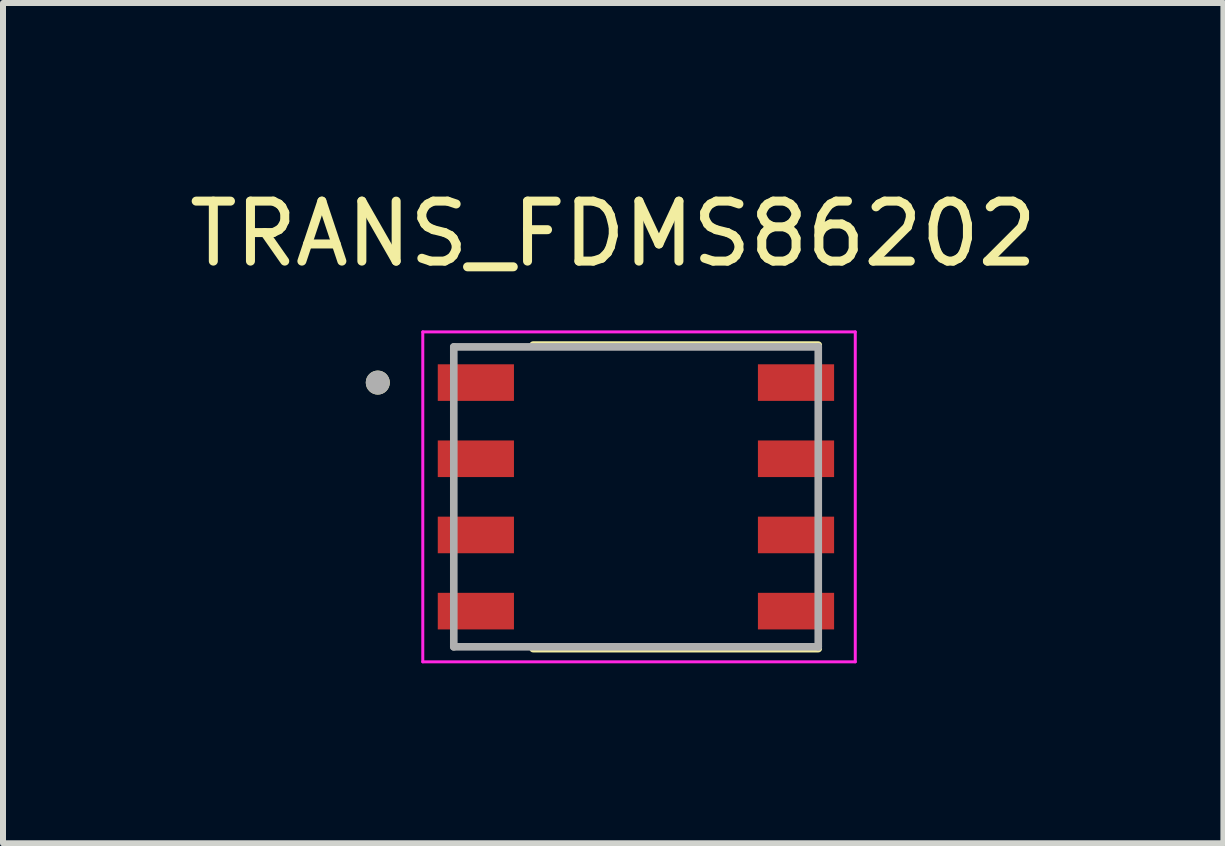
<source format=kicad_pcb>
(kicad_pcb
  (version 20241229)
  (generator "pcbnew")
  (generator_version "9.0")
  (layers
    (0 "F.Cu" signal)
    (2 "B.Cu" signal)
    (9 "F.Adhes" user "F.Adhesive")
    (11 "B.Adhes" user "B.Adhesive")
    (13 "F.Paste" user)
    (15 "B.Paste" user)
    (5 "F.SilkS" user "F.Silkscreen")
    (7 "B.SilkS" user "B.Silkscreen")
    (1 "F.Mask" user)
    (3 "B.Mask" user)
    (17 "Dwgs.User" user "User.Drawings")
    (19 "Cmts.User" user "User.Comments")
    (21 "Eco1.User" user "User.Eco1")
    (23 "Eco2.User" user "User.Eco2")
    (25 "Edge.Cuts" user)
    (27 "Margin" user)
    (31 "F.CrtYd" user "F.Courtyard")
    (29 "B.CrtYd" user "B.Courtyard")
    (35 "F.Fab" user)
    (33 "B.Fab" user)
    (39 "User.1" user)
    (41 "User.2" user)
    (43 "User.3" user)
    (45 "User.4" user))
  (footprint "TRANS_FDMS86202"
    (layer "F.Cu")
    (at 7.553 5.233)
    (property "Reference" "TRANS_FDMS86202" (at -0.38 -4.385 0) (layer "F.SilkS") (effects (font (size 1 1) (thickness 0.15))))
    (attr smd)
    (fp_line (start -1.715 2.53) (end 3.038 2.53) (stroke (width 0.127) (type solid)) (layer "F.SilkS"))
    (fp_line (start 3.038 -2.53) (end -1.715 -2.53) (stroke (width 0.127) (type solid)) (layer "F.SilkS"))
    (fp_circle (center -4.305 -1.905) (end -4.205 -1.905) (stroke (width 0.2) (type solid)) (fill no) (layer "F.SilkS"))
    (fp_poly (pts (xy -1.095 -1.825) (xy 0.145 -1.825) (xy 0.145 -0.195) (xy -1.095 -0.195)) (stroke (width 0.01) (type solid)) (fill yes) (layer "F.Paste"))
    (fp_poly (pts (xy -1.095 0.195) (xy 0.145 0.195) (xy 0.145 1.825) (xy -1.095 1.825)) (stroke (width 0.01) (type solid)) (fill yes) (layer "F.Paste"))
    (fp_poly (pts (xy 0.535 -1.825) (xy 1.775 -1.825) (xy 1.775 -0.195) (xy 0.535 -0.195)) (stroke (width 0.01) (type solid)) (fill yes) (layer "F.Paste"))
    (fp_poly (pts (xy 0.535 0.195) (xy 1.775 0.195) (xy 1.775 1.825) (xy 0.535 1.825)) (stroke (width 0.01) (type solid)) (fill yes) (layer "F.Paste"))
    (fp_poly (pts (xy 2.165 -2.215) (xy 3.31 -2.215) (xy 3.31 -1.595) (xy 2.165 -1.595)) (stroke (width 0.01) (type solid)) (fill yes) (layer "F.Paste"))
    (fp_poly (pts (xy 2.165 -0.945) (xy 3.31 -0.945) (xy 3.31 -0.325) (xy 2.165 -0.325)) (stroke (width 0.01) (type solid)) (fill yes) (layer "F.Paste"))
    (fp_poly (pts (xy 2.165 0.325) (xy 3.31 0.325) (xy 3.31 0.945) (xy 2.165 0.945)) (stroke (width 0.01) (type solid)) (fill yes) (layer "F.Paste"))
    (fp_poly (pts (xy 2.165 1.595) (xy 3.31 1.595) (xy 3.31 2.215) (xy 2.165 2.215)) (stroke (width 0.01) (type solid)) (fill yes) (layer "F.Paste"))
    (fp_line (start -3.555 -2.75) (end -3.555 2.75) (stroke (width 0.05) (type solid)) (layer "F.CrtYd"))
    (fp_line (start -3.555 2.75) (end 3.655 2.75) (stroke (width 0.05) (type solid)) (layer "F.CrtYd"))
    (fp_line (start 3.655 -2.75) (end -3.555 -2.75) (stroke (width 0.05) (type solid)) (layer "F.CrtYd"))
    (fp_line (start 3.655 2.75) (end 3.655 -2.75) (stroke (width 0.05) (type solid)) (layer "F.CrtYd"))
    (fp_line (start -3.038 -2.5) (end -3.038 2.5) (stroke (width 0.127) (type solid)) (layer "F.Fab"))
    (fp_line (start -3.038 2.5) (end 3.038 2.5) (stroke (width 0.127) (type solid)) (layer "F.Fab"))
    (fp_line (start 3.038 -2.5) (end -3.038 -2.5) (stroke (width 0.127) (type solid)) (layer "F.Fab"))
    (fp_line (start 3.038 2.5) (end 3.038 -2.5) (stroke (width 0.127) (type solid)) (layer "F.Fab"))
    (fp_circle (center -4.305 -1.905) (end -4.205 -1.905) (stroke (width 0.2) (type solid)) (fill no) (layer "F.Fab"))
    (pad "1" smd rect (at -2.67 -1.905) (size 1.27 0.61) (layers "F.Cu" "F.Mask" "F.Paste"))
    (pad "2" smd rect (at -2.67 -0.635) (size 1.27 0.61) (layers "F.Cu" "F.Mask" "F.Paste"))
    (pad "3" smd rect (at -2.67 0.635) (size 1.27 0.61) (layers "F.Cu" "F.Mask" "F.Paste"))
    (pad "4" smd rect (at -2.67 1.905) (size 1.27 0.61) (layers "F.Cu" "F.Mask" "F.Paste"))
    (pad "5" smd rect (at 2.667 -1.905) (size 1.27 0.61) (layers "F.Cu" "F.Mask" "F.Paste"))
    (pad "6" smd rect (at 2.667 -0.635) (size 1.27 0.61) (layers "F.Cu" "F.Mask" "F.Paste"))
    (pad "7" smd rect (at 2.667 0.635) (size 1.27 0.61) (layers "F.Cu" "F.Mask" "F.Paste"))
    (pad "8" smd rect (at 2.667 1.905) (size 1.27 0.61) (layers "F.Cu" "F.Mask" "F.Paste")))
  (gr_rect
    (start -3 -3)
    (end 17.345 11.008)
    (stroke (width 0.1) (type default))
    (fill no)
    (layer "Edge.Cuts")))
</source>
